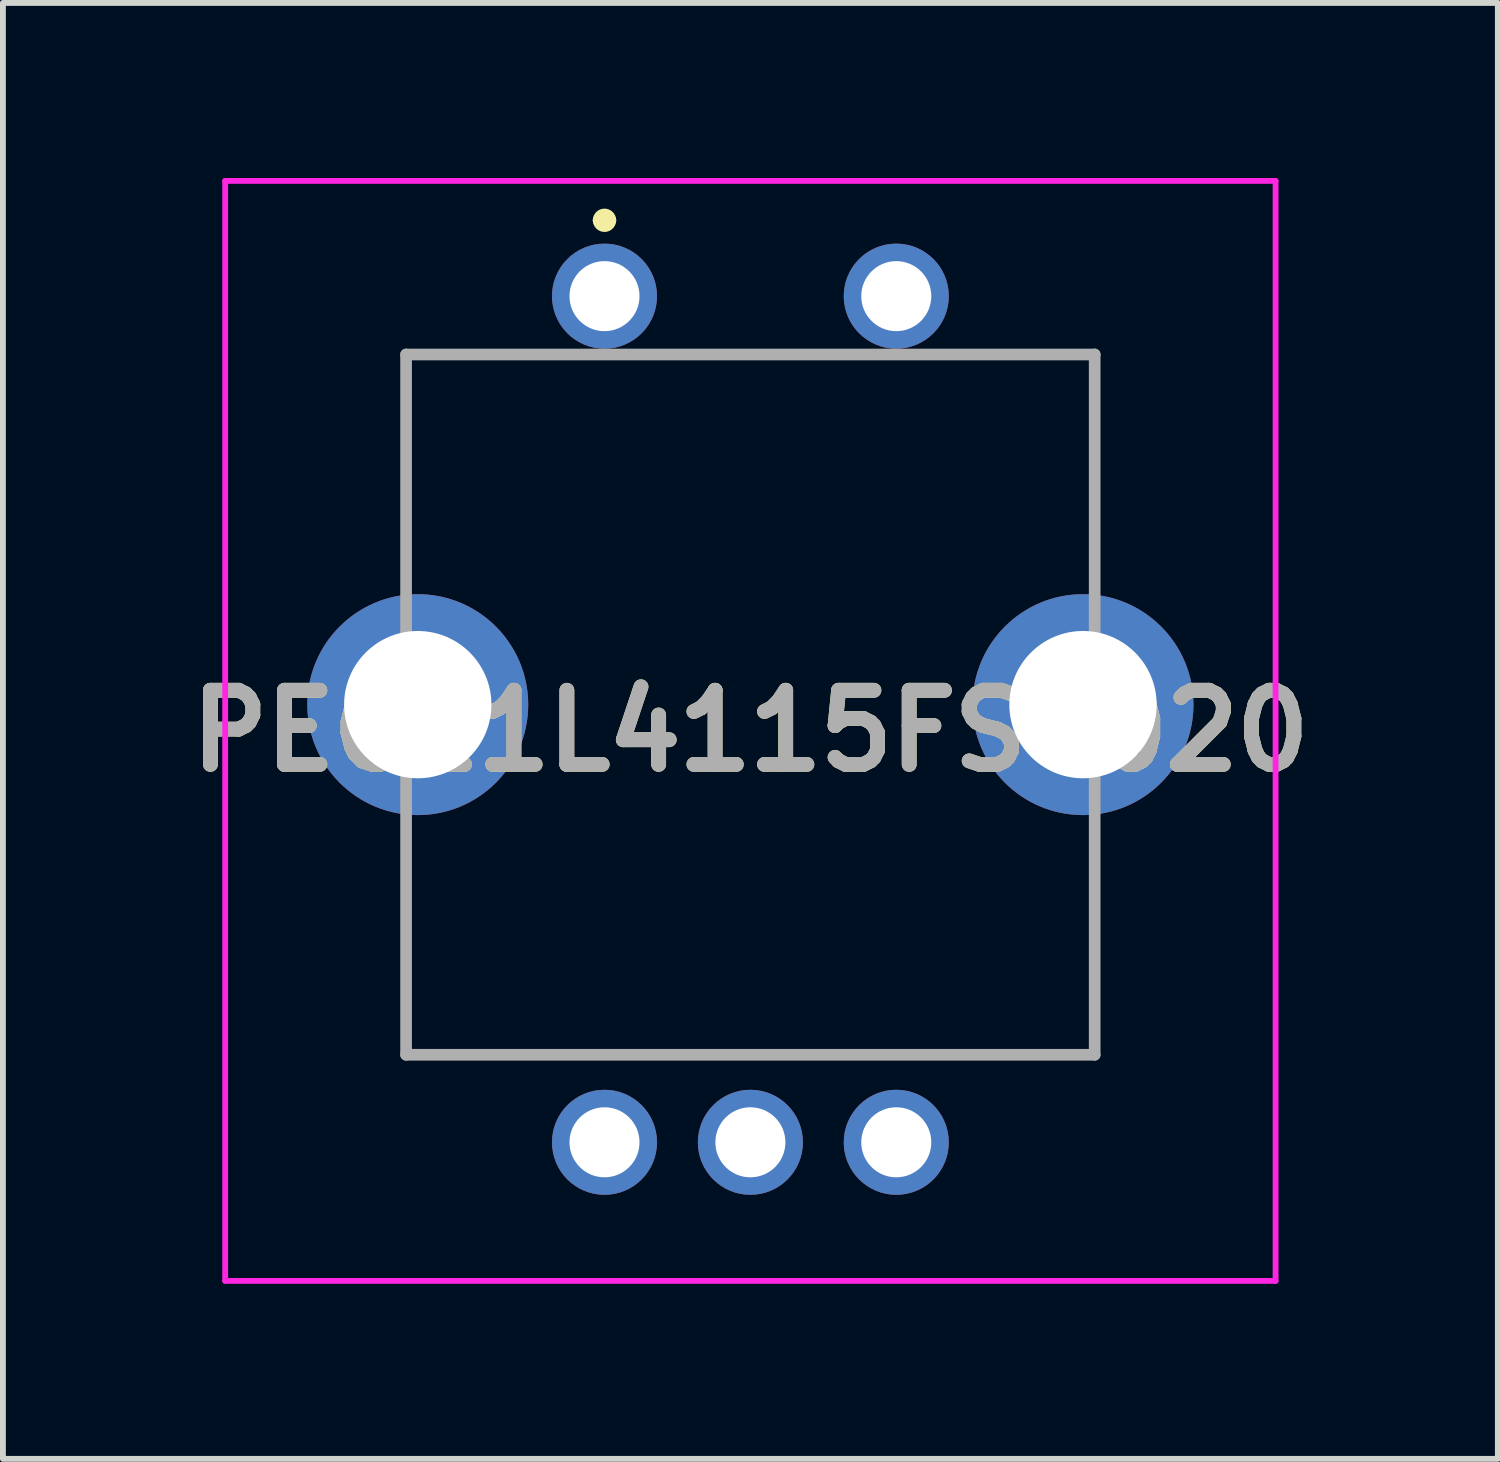
<source format=kicad_pcb>
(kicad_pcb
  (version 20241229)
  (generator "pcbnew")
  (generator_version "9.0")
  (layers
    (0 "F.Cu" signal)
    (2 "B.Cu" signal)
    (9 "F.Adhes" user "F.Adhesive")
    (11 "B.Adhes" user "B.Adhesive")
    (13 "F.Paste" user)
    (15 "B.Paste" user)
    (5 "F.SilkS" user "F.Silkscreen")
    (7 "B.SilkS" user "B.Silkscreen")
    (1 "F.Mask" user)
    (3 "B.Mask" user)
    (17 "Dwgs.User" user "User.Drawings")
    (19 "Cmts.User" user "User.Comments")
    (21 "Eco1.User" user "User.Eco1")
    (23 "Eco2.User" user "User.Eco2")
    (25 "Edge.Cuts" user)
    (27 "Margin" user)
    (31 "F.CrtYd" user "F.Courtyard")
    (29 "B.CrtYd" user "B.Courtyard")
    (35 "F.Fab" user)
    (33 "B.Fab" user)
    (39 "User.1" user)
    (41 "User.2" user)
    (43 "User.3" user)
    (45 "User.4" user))
  (footprint "PEC11L4115FS0020"
    (layer "F.Cu")
    (at 7.309 2.025)
    (property "Reference" "PEC11L4115FS0020" (at 2.5 7.45 0) (layer "F.SilkS") (effects (font (size 1.27 1.27) (thickness 0.254))))
    (attr through_hole)
    (fp_line (start -3.4 1) (end -0.9 1) (stroke (width 0.1) (type solid)) (layer "F.SilkS"))
    (fp_line (start -3.4 4.8) (end -3.4 1) (stroke (width 0.1) (type solid)) (layer "F.SilkS"))
    (fp_line (start -3.4 9.2) (end -3.4 13) (stroke (width 0.1) (type solid)) (layer "F.SilkS"))
    (fp_line (start -3.4 13) (end 8.4 13) (stroke (width 0.1) (type solid)) (layer "F.SilkS"))
    (fp_line (start -0.1 -1.3) (end -0.1 -1.3) (stroke (width 0.2) (type solid)) (layer "F.SilkS"))
    (fp_line (start 0.1 -1.3) (end 0.1 -1.3) (stroke (width 0.2) (type solid)) (layer "F.SilkS"))
    (fp_line (start 5.9 1) (end 8.4 1) (stroke (width 0.1) (type solid)) (layer "F.SilkS"))
    (fp_line (start 8.4 1) (end 8.4 4.8) (stroke (width 0.1) (type solid)) (layer "F.SilkS"))
    (fp_line (start 8.4 13) (end 8.4 9.2) (stroke (width 0.1) (type solid)) (layer "F.SilkS"))
    (fp_arc (start -0.1 -1.3) (mid 0 -1.4) (end 0.1 -1.3) (stroke (width 0.2) (type solid)) (layer "F.SilkS"))
    (fp_arc (start 0.1 -1.3) (mid 0 -1.2) (end -0.1 -1.3) (stroke (width 0.2) (type solid)) (layer "F.SilkS"))
    (fp_line (start -6.5 -1.975) (end 11.5 -1.975) (stroke (width 0.1) (type solid)) (layer "F.CrtYd"))
    (fp_line (start -6.5 16.875) (end -6.5 -1.975) (stroke (width 0.1) (type solid)) (layer "F.CrtYd"))
    (fp_line (start 11.5 -1.975) (end 11.5 16.875) (stroke (width 0.1) (type solid)) (layer "F.CrtYd"))
    (fp_line (start 11.5 16.875) (end -6.5 16.875) (stroke (width 0.1) (type solid)) (layer "F.CrtYd"))
    (fp_line (start -3.4 1) (end 8.4 1) (stroke (width 0.2) (type solid)) (layer "F.Fab"))
    (fp_line (start -3.4 13) (end -3.4 1) (stroke (width 0.2) (type solid)) (layer "F.Fab"))
    (fp_line (start 8.4 1) (end 8.4 13) (stroke (width 0.2) (type solid)) (layer "F.Fab"))
    (fp_line (start 8.4 13) (end -3.4 13) (stroke (width 0.2) (type solid)) (layer "F.Fab"))
    (fp_text user "${REFERENCE}" (at 2.5 7.45 0) (layer "F.Fab") (effects (font (size 1.27 1.27) (thickness 0.254))))
    (pad "1" thru_hole circle (at 0 0) (size 1.8 1.8) (drill 1.2) (layers "*.Cu" "*.Mask"))
    (pad "2" thru_hole circle (at 5 0) (size 1.8 1.8) (drill 1.2) (layers "*.Cu" "*.Mask"))
    (pad "A1" thru_hole circle (at 0 14.5) (size 1.8 1.8) (drill 1.2) (layers "*.Cu" "*.Mask"))
    (pad "B1" thru_hole circle (at 5 14.5) (size 1.8 1.8) (drill 1.2) (layers "*.Cu" "*.Mask"))
    (pad "C1" thru_hole circle (at 2.5 14.5) (size 1.8 1.8) (drill 1.2) (layers "*.Cu" "*.Mask"))
    (pad "MH1" thru_hole circle (at -3.2 7) (size 3.786 3.786) (drill 2.524) (layers "*.Cu" "*.Mask"))
    (pad "MH2" thru_hole circle (at 8.2 7) (size 3.786 3.786) (drill 2.524) (layers "*.Cu" "*.Mask")))
  (gr_rect
    (start -3 -3)
    (end 22.618 21.95)
    (stroke (width 0.1) (type default))
    (fill no)
    (layer "Edge.Cuts")))
</source>
